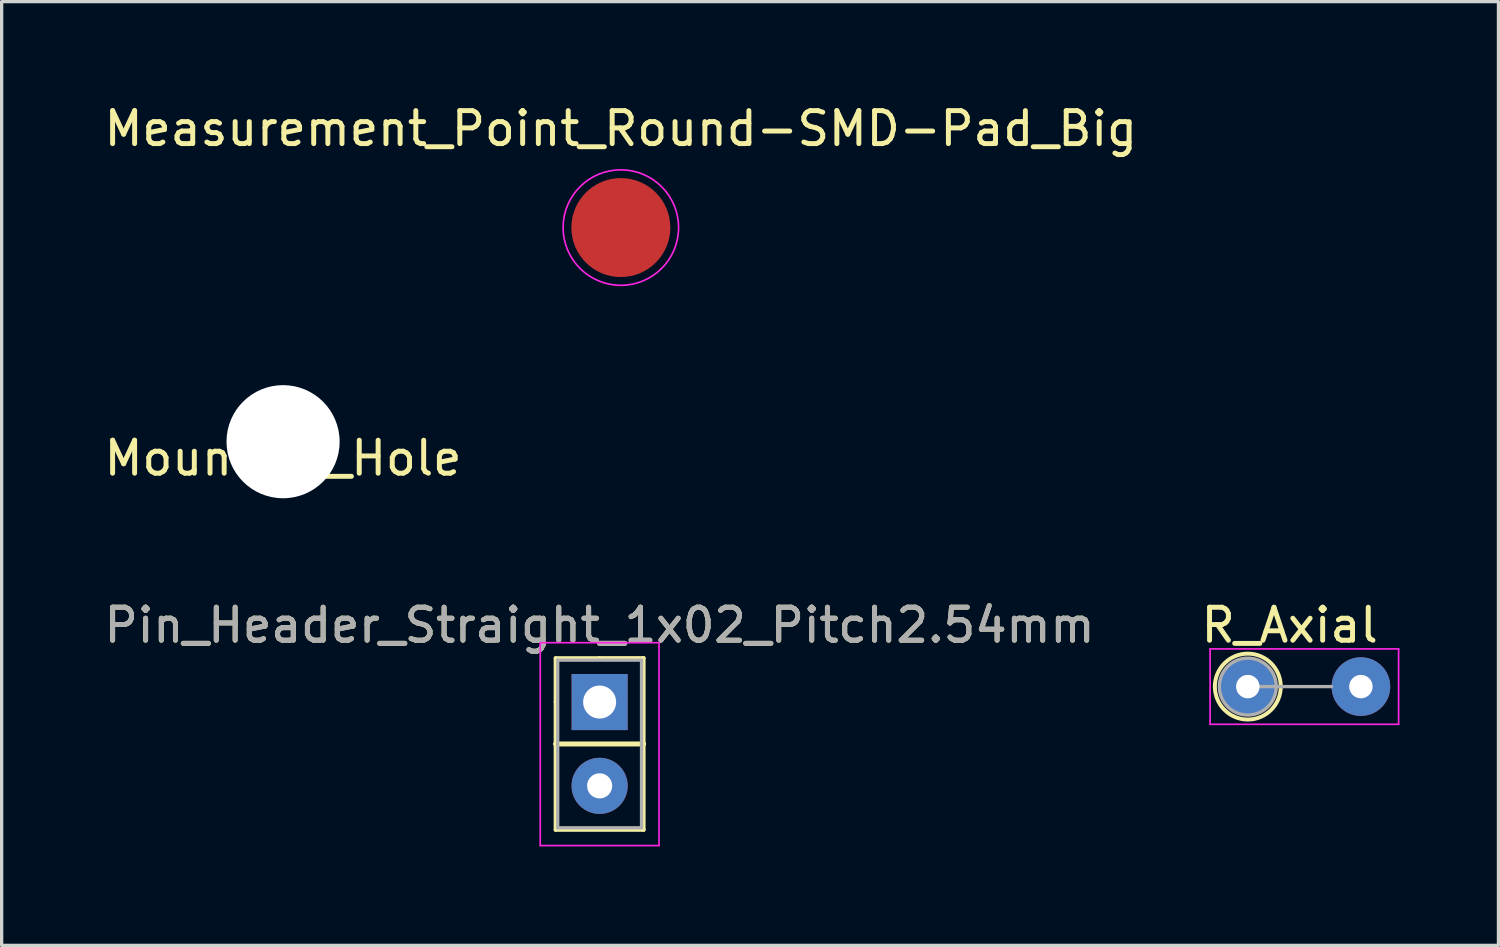
<source format=kicad_pcb>
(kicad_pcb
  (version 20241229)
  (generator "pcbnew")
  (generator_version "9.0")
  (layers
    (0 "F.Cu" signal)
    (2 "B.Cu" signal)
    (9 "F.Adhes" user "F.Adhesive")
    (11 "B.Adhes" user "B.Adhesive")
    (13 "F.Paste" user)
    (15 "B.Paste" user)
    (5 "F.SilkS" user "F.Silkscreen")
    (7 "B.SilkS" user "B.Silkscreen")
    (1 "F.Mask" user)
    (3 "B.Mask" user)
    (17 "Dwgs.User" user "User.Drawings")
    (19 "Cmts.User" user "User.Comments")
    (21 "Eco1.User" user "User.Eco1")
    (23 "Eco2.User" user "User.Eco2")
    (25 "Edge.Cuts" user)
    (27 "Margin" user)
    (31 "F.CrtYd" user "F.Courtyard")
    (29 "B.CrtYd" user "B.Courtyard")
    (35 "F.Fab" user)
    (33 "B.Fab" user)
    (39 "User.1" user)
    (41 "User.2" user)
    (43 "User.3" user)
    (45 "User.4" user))
  (footprint "R_Axial"
    (layer "F.Cu")
    (at 36.486 17.761)
    (property "Reference" "R_Axial" (at -0.445 -1.86 0) (layer "F.SilkS") (effects (font (size 1 1) (thickness 0.15))))
    (attr through_hole)
    (fp_circle (center -1.714 0) (end -0.715 0) (stroke (width 0.12) (type solid)) (fill no) (layer "F.SilkS"))
    (fp_line (start -2.857 -1.143) (end -2.857 1.143) (stroke (width 0.051) (type solid)) (layer "F.CrtYd"))
    (fp_line (start -2.857 1.143) (end 2.857 1.143) (stroke (width 0.051) (type solid)) (layer "F.CrtYd"))
    (fp_line (start 2.857 -1.143) (end -2.857 -1.143) (stroke (width 0.051) (type solid)) (layer "F.CrtYd"))
    (fp_line (start 2.857 -1.143) (end 2.857 1.143) (stroke (width 0.051) (type solid)) (layer "F.CrtYd"))
    (fp_line (start -1.714 0) (end 0.826 0) (stroke (width 0.1) (type solid)) (layer "F.Fab"))
    (fp_circle (center -1.714 0) (end -0.851 0) (stroke (width 0.102) (type solid)) (fill no) (layer "F.Fab"))
    (pad "1" thru_hole circle (at -1.714 0) (size 1.778 1.778) (drill 0.711) (layers "*.Cu" "*.Mask"))
    (pad "2" thru_hole circle (at 1.714 0) (size 1.778 1.778) (drill 0.711) (layers "*.Cu" "*.Mask")))
  (footprint "Measurement_Point_Round-SMD-Pad_Big"
    (layer "F.Cu")
    (at 15.768 3.848)
    (property "Reference" "Measurement_Point_Round-SMD-Pad_Big" (at 0 -3 0) (layer "F.SilkS") (effects (font (size 1 1) (thickness 0.15))))
    (attr exclude_from_pos_files exclude_from_bom)
    (fp_circle (center 0 0) (end 1.75 0) (stroke (width 0.05) (type solid)) (fill no) (layer "F.CrtYd"))
    (pad "1" smd circle (at 0 0) (size 3 3) (layers "F.Cu" "F.Mask")))
  (footprint "Mounting_Hole"
    (layer "F.Cu")
    (at 5.53 10.338)
    (property "Reference" "Mounting_Hole" (at 0 0.5 0) (layer "F.SilkS") (effects (font (size 1 1) (thickness 0.15))))
    (attr through_hole)
    (pad "" np_thru_hole circle (at 0 0) (size 3.429 3.429) (drill 3.429) (layers "*.Cu" "*.Mask")))
  (footprint "Pin_Header_Straight_1x02_Pitch2.54mm"
    (layer "F.Cu")
    (at 15.125 18.23)
    (property "Reference" "Pin_Header_Straight_1x02_Pitch2.54mm" (at 0 -2.33 0) (layer "F.SilkS") (effects (font (size 1 1) (thickness 0.15))))
    (attr through_hole)
    (fp_line (start -1.333 0) (end -1.333 -1.333) (stroke (width 0.12) (type solid)) (layer "F.SilkS"))
    (fp_line (start -1.333 0) (end -1.333 1.27) (stroke (width 0.12) (type solid)) (layer "F.SilkS"))
    (fp_line (start -1.333 1.27) (end -1.333 3.873) (stroke (width 0.12) (type solid)) (layer "F.SilkS"))
    (fp_line (start -1.333 1.27) (end 1.333 1.27) (stroke (width 0.152) (type solid)) (layer "F.SilkS"))
    (fp_line (start -1.333 3.873) (end 1.333 3.873) (stroke (width 0.12) (type solid)) (layer "F.SilkS"))
    (fp_line (start -1.33 -1.33) (end 0 -1.33) (stroke (width 0.12) (type solid)) (layer "F.SilkS"))
    (fp_line (start 0 -1.333) (end 1.333 -1.333) (stroke (width 0.12) (type solid)) (layer "F.SilkS"))
    (fp_line (start 1.333 -1.333) (end 1.333 1.27) (stroke (width 0.12) (type solid)) (layer "F.SilkS"))
    (fp_line (start 1.333 3.873) (end 1.333 1.27) (stroke (width 0.12) (type solid)) (layer "F.SilkS"))
    (fp_line (start -1.8 -1.8) (end -1.8 4.35) (stroke (width 0.05) (type solid)) (layer "F.CrtYd"))
    (fp_line (start -1.8 4.35) (end 1.8 4.35) (stroke (width 0.05) (type solid)) (layer "F.CrtYd"))
    (fp_line (start 1.8 -1.8) (end -1.8 -1.8) (stroke (width 0.05) (type solid)) (layer "F.CrtYd"))
    (fp_line (start 1.8 4.35) (end 1.8 -1.8) (stroke (width 0.05) (type solid)) (layer "F.CrtYd"))
    (fp_line (start -1.27 -1.27) (end -1.27 3.81) (stroke (width 0.1) (type solid)) (layer "F.Fab"))
    (fp_line (start -1.27 3.81) (end 1.27 3.81) (stroke (width 0.1) (type solid)) (layer "F.Fab"))
    (fp_line (start 1.27 -1.27) (end -1.27 -1.27) (stroke (width 0.1) (type solid)) (layer "F.Fab"))
    (fp_line (start 1.27 3.81) (end 1.27 -1.27) (stroke (width 0.1) (type solid)) (layer "F.Fab"))
    (fp_text user "${REFERENCE}" (at 0 -2.33 0) (layer "F.Fab") (effects (font (size 1 1) (thickness 0.15))))
    (pad "1" thru_hole rect (at 0 0) (size 1.7 1.7) (drill 1) (layers "*.Cu" "*.Mask"))
    (pad "2" thru_hole circle (at 0 2.54) (size 1.702 1.702) (drill 0.762) (layers "*.Cu" "*.Mask")))
  (gr_rect
    (start -3 -3)
    (end 42.369 25.605)
    (stroke (width 0.1) (type default))
    (fill no)
    (layer "Edge.Cuts")))
</source>
